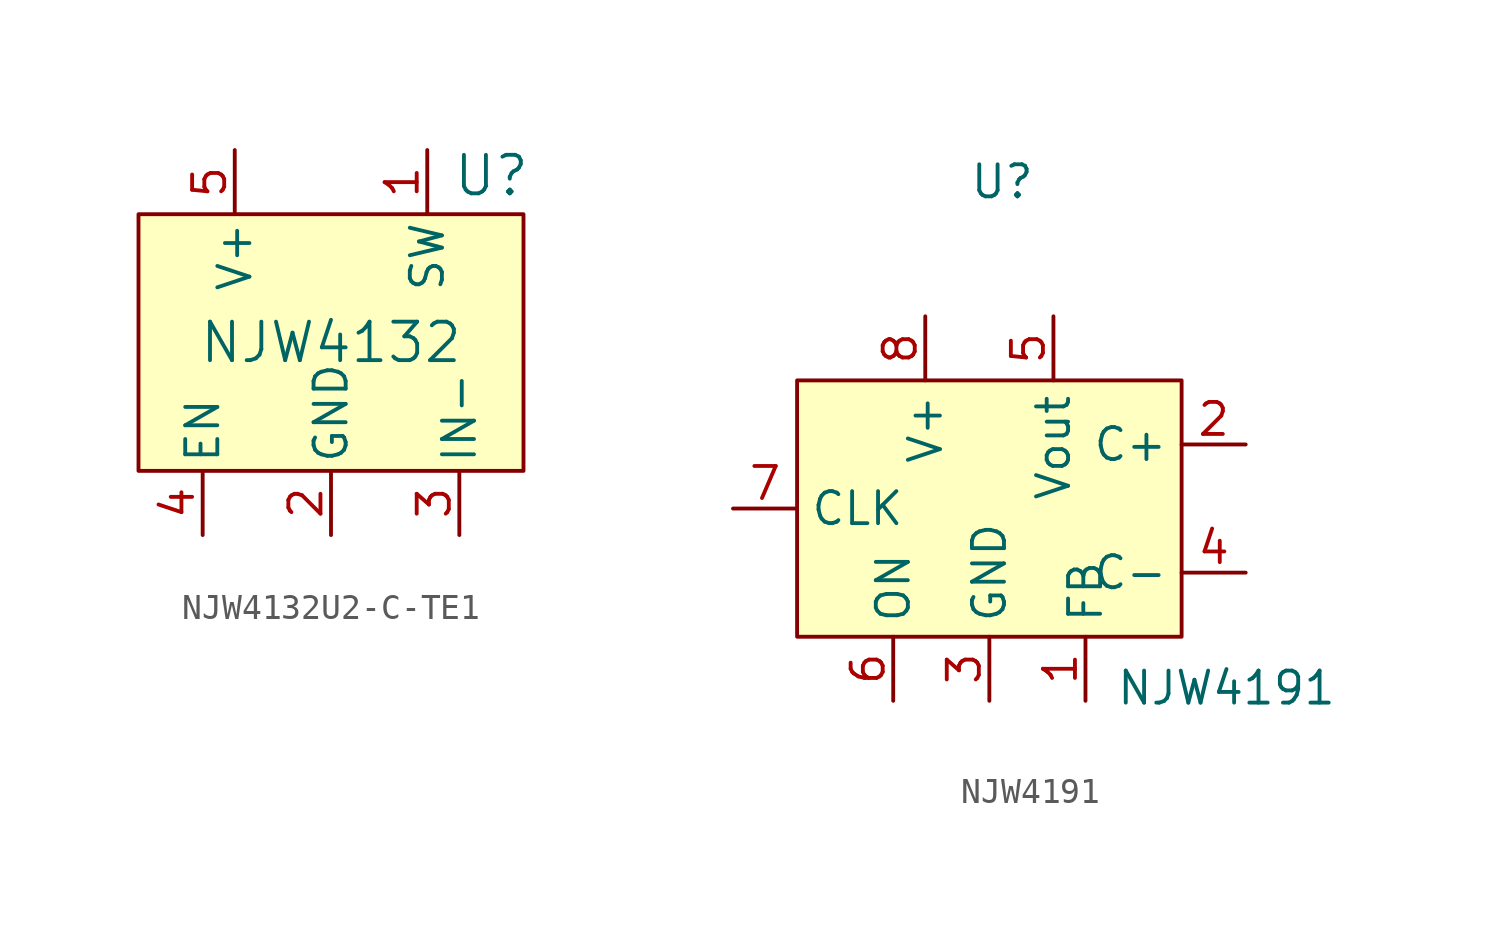
<source format=kicad_sym>
(kicad_symbol_lib
  (version 20231120)
  (generator "kicad_symbol_editor")
  (generator_version "8.0")
  (symbol "NJW4132U2-C-TE1"
    (pin_names
      (offset 0.254))
    (property "Reference" "U"
      (at 13.97 1.524 0)
      (effects (font (size 1.524 1.524))))
    (property "Value" "NJW4132"
      (at 7.62 -5.08 0)
      (effects (font (size 1.524 1.524))))
    (property "ki_locked" ""
      (at 0 0 0)
      (effects (font (size 1.27 1.27))))
    (symbol "NJW4132U2-C-TE1_1_1"
      (rectangle (start 0 0) (end 15.24 -10.16) (stroke (width 0) (type default)) (fill (type background)))
      (pin output line (at 11.43 2.54 270) (length 2.54) (name "SW" (effects (font (size 1.27 1.27)))) (number "1" (effects (font (size 1.27 1.27)))))
      (pin power_in line (at 7.62 -12.7 90) (length 2.54) (name "GND" (effects (font (size 1.27 1.27)))) (number "2" (effects (font (size 1.27 1.27)))))
      (pin input line (at 12.7 -12.7 90) (length 2.54) (name "IN-" (effects (font (size 1.27 1.27)))) (number "3" (effects (font (size 1.27 1.27)))))
      (pin input line (at 2.54 -12.7 90) (length 2.54) (name "EN" (effects (font (size 1.27 1.27)))) (number "4" (effects (font (size 1.27 1.27)))))
      (pin power_in line (at 3.81 2.54 270) (length 2.54) (name "V+" (effects (font (size 1.27 1.27)))) (number "5" (effects (font (size 1.27 1.27)))))))
  (symbol "NJW4191"
    (property "Reference" "U"
      (at 0.508 7.874 0)
      (effects (font (size 1.27 1.27))))
    (property "Value" "NJW4191"
      (at 9.398 -12.192 0)
      (effects (font (size 1.27 1.27))))
    (symbol "NJW4191_0_0"
      (pin passive line (at 3.81 -12.7 90) (length 2.54) (name "FB" (effects (font (size 1.27 1.27)))) (number "1" (effects (font (size 1.27 1.27)))))
      (pin passive line (at 10.16 -2.54 180) (length 2.54) (name "C+" (effects (font (size 1.27 1.27)))) (number "2" (effects (font (size 1.27 1.27)))))
      (pin power_in line (at 0 -12.7 90) (length 2.54) (name "GND" (effects (font (size 1.27 1.27)))) (number "3" (effects (font (size 1.27 1.27)))))
      (pin passive line (at -10.16 -5.08 0) (length 2.54) (name "CLK" (effects (font (size 1.27 1.27)))) (number "7" (effects (font (size 1.27 1.27)))))
      (pin power_in line (at -2.54 2.54 270) (length 2.54) (name "V+" (effects (font (size 1.27 1.27)))) (number "8" (effects (font (size 1.27 1.27))))))
    (symbol "NJW4191_1_0"
      (pin passive line (at 10.16 -7.62 180) (length 2.54) (name "C-" (effects (font (size 1.27 1.27)))) (number "4" (effects (font (size 1.27 1.27)))))
      (pin power_out line (at 2.54 2.54 270) (length 2.54) (name "Vout" (effects (font (size 1.27 1.27)))) (number "5" (effects (font (size 1.27 1.27)))))
      (pin input line (at -3.81 -12.7 90) (length 2.54) (name "ON" (effects (font (size 1.27 1.27)))) (number "6" (effects (font (size 1.27 1.27))))))
    (symbol "NJW4191_1_1"
      (rectangle (start -7.62 0) (end 7.62 -10.16) (stroke (width 0) (type default)) (fill (type background))))))
</source>
